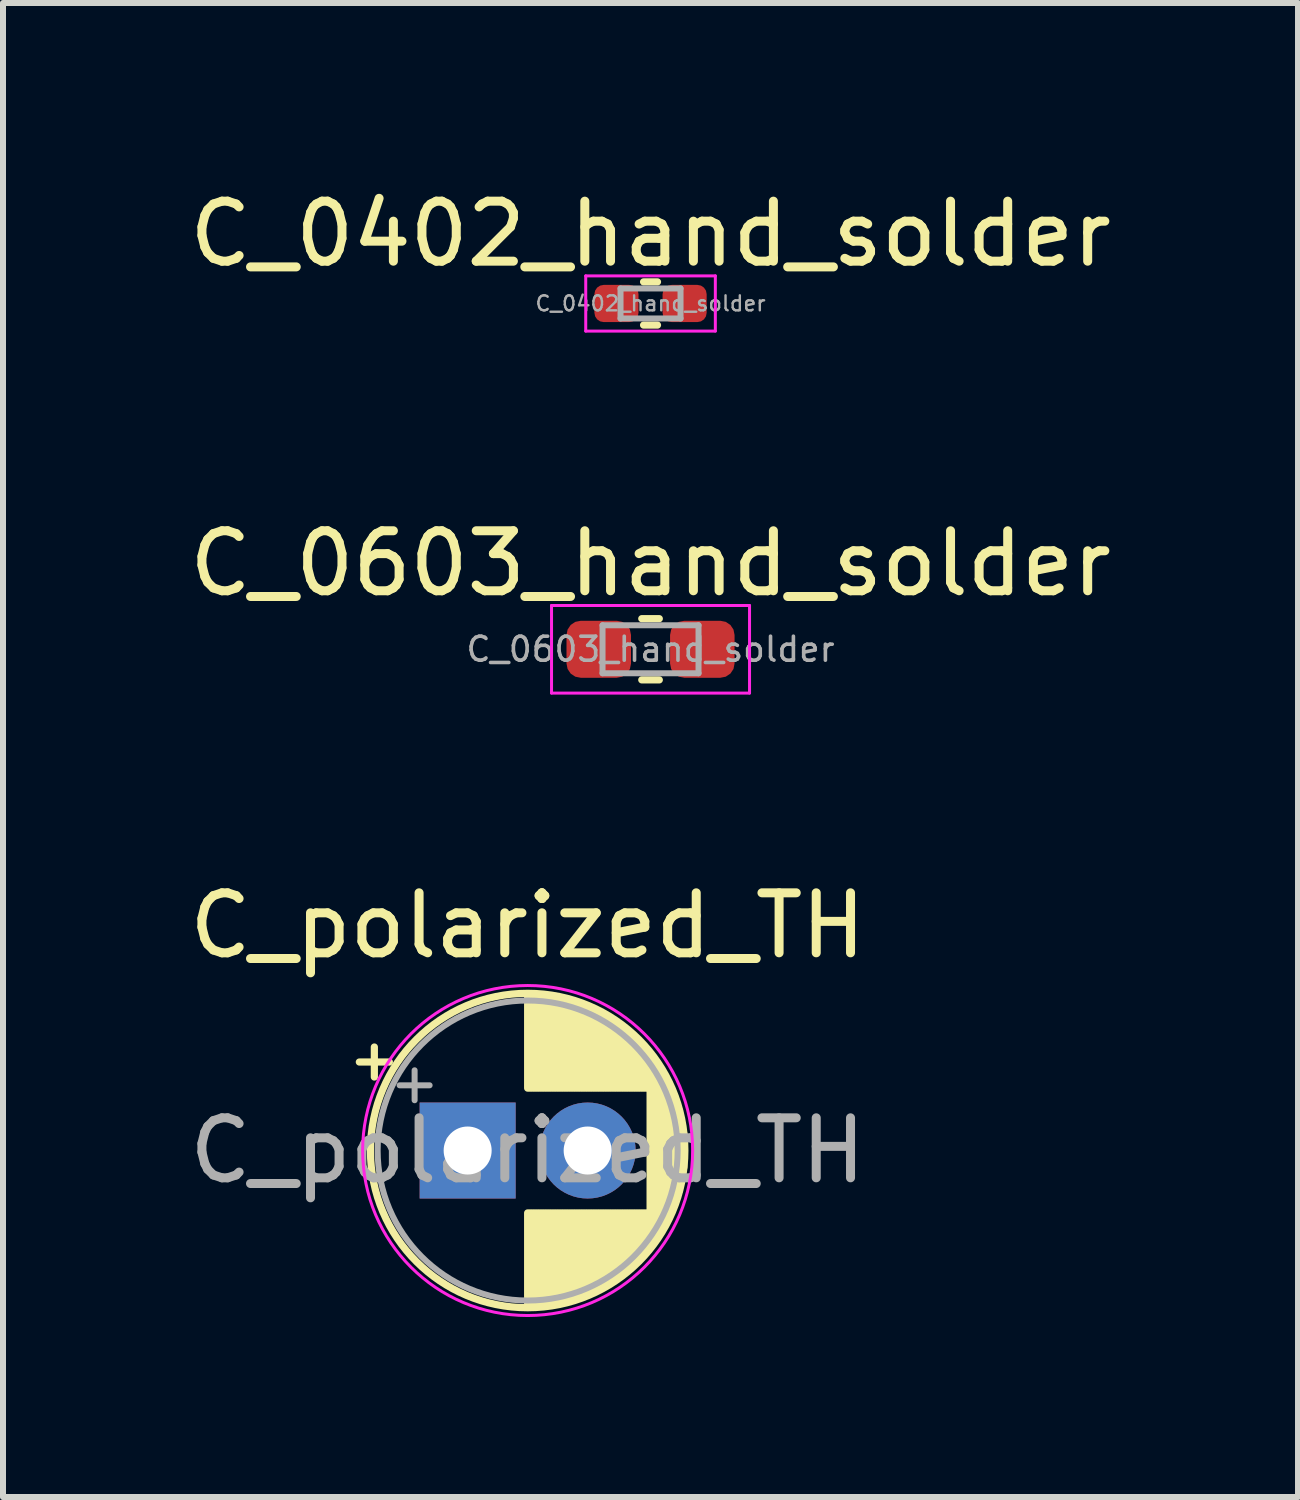
<source format=kicad_pcb>
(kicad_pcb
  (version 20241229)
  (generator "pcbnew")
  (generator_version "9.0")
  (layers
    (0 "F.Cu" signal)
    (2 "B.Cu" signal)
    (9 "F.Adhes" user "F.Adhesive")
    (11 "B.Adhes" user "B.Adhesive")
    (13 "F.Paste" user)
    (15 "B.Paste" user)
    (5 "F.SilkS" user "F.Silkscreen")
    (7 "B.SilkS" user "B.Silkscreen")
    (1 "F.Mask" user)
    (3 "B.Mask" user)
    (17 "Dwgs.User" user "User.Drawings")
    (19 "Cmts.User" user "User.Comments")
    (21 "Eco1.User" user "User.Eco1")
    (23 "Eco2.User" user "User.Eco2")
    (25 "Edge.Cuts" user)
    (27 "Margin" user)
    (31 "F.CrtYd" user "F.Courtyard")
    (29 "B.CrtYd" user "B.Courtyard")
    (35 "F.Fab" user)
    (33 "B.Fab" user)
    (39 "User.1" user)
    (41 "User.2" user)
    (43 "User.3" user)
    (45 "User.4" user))
  (footprint "C_0402_hand_solder"
    (layer "F.Cu")
    (at 7.792 2.008)
    (property "Reference" "C_0402_hand_solder" (at 0 -1.16 0) (layer "F.SilkS") (effects (font (size 1 1) (thickness 0.15))))
    (attr smd)
    (fp_line (start -0.116 -0.36) (end 0.116 -0.36) (stroke (width 0.12) (type solid)) (layer "F.SilkS"))
    (fp_line (start -0.116 0.36) (end 0.116 0.36) (stroke (width 0.12) (type solid)) (layer "F.SilkS"))
    (fp_line (start -1.08 -0.46) (end 1.08 -0.46) (stroke (width 0.05) (type solid)) (layer "F.CrtYd"))
    (fp_line (start -1.08 0.46) (end -1.08 -0.46) (stroke (width 0.05) (type solid)) (layer "F.CrtYd"))
    (fp_line (start 1.08 -0.46) (end 1.08 0.46) (stroke (width 0.05) (type solid)) (layer "F.CrtYd"))
    (fp_line (start 1.08 0.46) (end -1.08 0.46) (stroke (width 0.05) (type solid)) (layer "F.CrtYd"))
    (fp_line (start -0.5 -0.25) (end 0.5 -0.25) (stroke (width 0.1) (type solid)) (layer "F.Fab"))
    (fp_line (start -0.5 0.25) (end -0.5 -0.25) (stroke (width 0.1) (type solid)) (layer "F.Fab"))
    (fp_line (start 0.5 -0.25) (end 0.5 0.25) (stroke (width 0.1) (type solid)) (layer "F.Fab"))
    (fp_line (start 0.5 0.25) (end -0.5 0.25) (stroke (width 0.1) (type solid)) (layer "F.Fab"))
    (fp_text user "${REFERENCE}" (at 0 0 0) (layer "F.Fab") (effects (font (size 0.25 0.25) (thickness 0.04))))
    (pad "1" smd roundrect (at -0.568 0) (size 0.735 0.62) (layers "F.Cu" "F.Mask" "F.Paste") (roundrect_rratio 0.25))
    (pad "2" smd roundrect (at 0.568 0) (size 0.735 0.62) (layers "F.Cu" "F.Mask" "F.Paste") (roundrect_rratio 0.25)))
  (footprint "C_0603_hand_solder"
    (layer "F.Cu")
    (at 7.792 7.771)
    (property "Reference" "C_0603_hand_solder" (at 0 -1.43 0) (layer "F.SilkS") (effects (font (size 1 1) (thickness 0.15))))
    (attr smd)
    (fp_line (start -0.146 -0.51) (end 0.146 -0.51) (stroke (width 0.12) (type solid)) (layer "F.SilkS"))
    (fp_line (start -0.146 0.51) (end 0.146 0.51) (stroke (width 0.12) (type solid)) (layer "F.SilkS"))
    (fp_line (start -1.65 -0.73) (end 1.65 -0.73) (stroke (width 0.05) (type solid)) (layer "F.CrtYd"))
    (fp_line (start -1.65 0.73) (end -1.65 -0.73) (stroke (width 0.05) (type solid)) (layer "F.CrtYd"))
    (fp_line (start 1.65 -0.73) (end 1.65 0.73) (stroke (width 0.05) (type solid)) (layer "F.CrtYd"))
    (fp_line (start 1.65 0.73) (end -1.65 0.73) (stroke (width 0.05) (type solid)) (layer "F.CrtYd"))
    (fp_line (start -0.8 -0.4) (end 0.8 -0.4) (stroke (width 0.1) (type solid)) (layer "F.Fab"))
    (fp_line (start -0.8 0.4) (end -0.8 -0.4) (stroke (width 0.1) (type solid)) (layer "F.Fab"))
    (fp_line (start 0.8 -0.4) (end 0.8 0.4) (stroke (width 0.1) (type solid)) (layer "F.Fab"))
    (fp_line (start 0.8 0.4) (end -0.8 0.4) (stroke (width 0.1) (type solid)) (layer "F.Fab"))
    (fp_text user "${REFERENCE}" (at 0 0 0) (layer "F.Fab") (effects (font (size 0.4 0.4) (thickness 0.06))))
    (pad "1" smd roundrect (at -0.863 0) (size 1.075 0.95) (layers "F.Cu" "F.Mask" "F.Paste") (roundrect_rratio 0.25))
    (pad "2" smd roundrect (at 0.863 0) (size 1.075 0.95) (layers "F.Cu" "F.Mask" "F.Paste") (roundrect_rratio 0.25)))
  (footprint "C_polarized_TH"
    (layer "F.Cu")
    (at 4.744 16.125)
    (property "Reference" "C_polarized_TH" (at 1 -3.75 0) (layer "F.SilkS") (effects (font (size 1 1) (thickness 0.15))))
    (attr through_hole)
    (fp_line (start -1.805 -1.475) (end -1.305 -1.475) (stroke (width 0.12) (type solid)) (layer "F.SilkS"))
    (fp_line (start -1.555 -1.725) (end -1.555 -1.225) (stroke (width 0.12) (type solid)) (layer "F.SilkS"))
    (fp_line (start 1 -2.58) (end 1 -1.04) (stroke (width 0.12) (type solid)) (layer "F.SilkS"))
    (fp_line (start 1 1.04) (end 1 2.58) (stroke (width 0.12) (type solid)) (layer "F.SilkS"))
    (fp_line (start 1.04 -2.58) (end 1.04 -1.04) (stroke (width 0.12) (type solid)) (layer "F.SilkS"))
    (fp_line (start 1.04 1.04) (end 1.04 2.58) (stroke (width 0.12) (type solid)) (layer "F.SilkS"))
    (fp_line (start 1.08 -2.579) (end 1.08 -1.04) (stroke (width 0.12) (type solid)) (layer "F.SilkS"))
    (fp_line (start 1.08 1.04) (end 1.08 2.579) (stroke (width 0.12) (type solid)) (layer "F.SilkS"))
    (fp_line (start 1.12 -2.578) (end 1.12 -1.04) (stroke (width 0.12) (type solid)) (layer "F.SilkS"))
    (fp_line (start 1.12 1.04) (end 1.12 2.578) (stroke (width 0.12) (type solid)) (layer "F.SilkS"))
    (fp_line (start 1.16 -2.576) (end 1.16 -1.04) (stroke (width 0.12) (type solid)) (layer "F.SilkS"))
    (fp_line (start 1.16 1.04) (end 1.16 2.576) (stroke (width 0.12) (type solid)) (layer "F.SilkS"))
    (fp_line (start 1.2 -2.573) (end 1.2 -1.04) (stroke (width 0.12) (type solid)) (layer "F.SilkS"))
    (fp_line (start 1.2 1.04) (end 1.2 2.573) (stroke (width 0.12) (type solid)) (layer "F.SilkS"))
    (fp_line (start 1.24 -2.569) (end 1.24 -1.04) (stroke (width 0.12) (type solid)) (layer "F.SilkS"))
    (fp_line (start 1.24 1.04) (end 1.24 2.569) (stroke (width 0.12) (type solid)) (layer "F.SilkS"))
    (fp_line (start 1.28 -2.565) (end 1.28 -1.04) (stroke (width 0.12) (type solid)) (layer "F.SilkS"))
    (fp_line (start 1.28 1.04) (end 1.28 2.565) (stroke (width 0.12) (type solid)) (layer "F.SilkS"))
    (fp_line (start 1.32 -2.561) (end 1.32 -1.04) (stroke (width 0.12) (type solid)) (layer "F.SilkS"))
    (fp_line (start 1.32 1.04) (end 1.32 2.561) (stroke (width 0.12) (type solid)) (layer "F.SilkS"))
    (fp_line (start 1.36 -2.556) (end 1.36 -1.04) (stroke (width 0.12) (type solid)) (layer "F.SilkS"))
    (fp_line (start 1.36 1.04) (end 1.36 2.556) (stroke (width 0.12) (type solid)) (layer "F.SilkS"))
    (fp_line (start 1.4 -2.55) (end 1.4 -1.04) (stroke (width 0.12) (type solid)) (layer "F.SilkS"))
    (fp_line (start 1.4 1.04) (end 1.4 2.55) (stroke (width 0.12) (type solid)) (layer "F.SilkS"))
    (fp_line (start 1.44 -2.543) (end 1.44 -1.04) (stroke (width 0.12) (type solid)) (layer "F.SilkS"))
    (fp_line (start 1.44 1.04) (end 1.44 2.543) (stroke (width 0.12) (type solid)) (layer "F.SilkS"))
    (fp_line (start 1.48 -2.536) (end 1.48 -1.04) (stroke (width 0.12) (type solid)) (layer "F.SilkS"))
    (fp_line (start 1.48 1.04) (end 1.48 2.536) (stroke (width 0.12) (type solid)) (layer "F.SilkS"))
    (fp_line (start 1.52 -2.528) (end 1.52 -1.04) (stroke (width 0.12) (type solid)) (layer "F.SilkS"))
    (fp_line (start 1.52 1.04) (end 1.52 2.528) (stroke (width 0.12) (type solid)) (layer "F.SilkS"))
    (fp_line (start 1.56 -2.52) (end 1.56 -1.04) (stroke (width 0.12) (type solid)) (layer "F.SilkS"))
    (fp_line (start 1.56 1.04) (end 1.56 2.52) (stroke (width 0.12) (type solid)) (layer "F.SilkS"))
    (fp_line (start 1.6 -2.511) (end 1.6 -1.04) (stroke (width 0.12) (type solid)) (layer "F.SilkS"))
    (fp_line (start 1.6 1.04) (end 1.6 2.511) (stroke (width 0.12) (type solid)) (layer "F.SilkS"))
    (fp_line (start 1.64 -2.501) (end 1.64 -1.04) (stroke (width 0.12) (type solid)) (layer "F.SilkS"))
    (fp_line (start 1.64 1.04) (end 1.64 2.501) (stroke (width 0.12) (type solid)) (layer "F.SilkS"))
    (fp_line (start 1.68 -2.491) (end 1.68 -1.04) (stroke (width 0.12) (type solid)) (layer "F.SilkS"))
    (fp_line (start 1.68 1.04) (end 1.68 2.491) (stroke (width 0.12) (type solid)) (layer "F.SilkS"))
    (fp_line (start 1.721 -2.48) (end 1.721 -1.04) (stroke (width 0.12) (type solid)) (layer "F.SilkS"))
    (fp_line (start 1.721 1.04) (end 1.721 2.48) (stroke (width 0.12) (type solid)) (layer "F.SilkS"))
    (fp_line (start 1.761 -2.468) (end 1.761 -1.04) (stroke (width 0.12) (type solid)) (layer "F.SilkS"))
    (fp_line (start 1.761 1.04) (end 1.761 2.468) (stroke (width 0.12) (type solid)) (layer "F.SilkS"))
    (fp_line (start 1.801 -2.455) (end 1.801 -1.04) (stroke (width 0.12) (type solid)) (layer "F.SilkS"))
    (fp_line (start 1.801 1.04) (end 1.801 2.455) (stroke (width 0.12) (type solid)) (layer "F.SilkS"))
    (fp_line (start 1.841 -2.442) (end 1.841 -1.04) (stroke (width 0.12) (type solid)) (layer "F.SilkS"))
    (fp_line (start 1.841 1.04) (end 1.841 2.442) (stroke (width 0.12) (type solid)) (layer "F.SilkS"))
    (fp_line (start 1.881 -2.428) (end 1.881 -1.04) (stroke (width 0.12) (type solid)) (layer "F.SilkS"))
    (fp_line (start 1.881 1.04) (end 1.881 2.428) (stroke (width 0.12) (type solid)) (layer "F.SilkS"))
    (fp_line (start 1.921 -2.414) (end 1.921 -1.04) (stroke (width 0.12) (type solid)) (layer "F.SilkS"))
    (fp_line (start 1.921 1.04) (end 1.921 2.414) (stroke (width 0.12) (type solid)) (layer "F.SilkS"))
    (fp_line (start 1.961 -2.398) (end 1.961 -1.04) (stroke (width 0.12) (type solid)) (layer "F.SilkS"))
    (fp_line (start 1.961 1.04) (end 1.961 2.398) (stroke (width 0.12) (type solid)) (layer "F.SilkS"))
    (fp_line (start 2.001 -2.382) (end 2.001 -1.04) (stroke (width 0.12) (type solid)) (layer "F.SilkS"))
    (fp_line (start 2.001 1.04) (end 2.001 2.382) (stroke (width 0.12) (type solid)) (layer "F.SilkS"))
    (fp_line (start 2.041 -2.365) (end 2.041 -1.04) (stroke (width 0.12) (type solid)) (layer "F.SilkS"))
    (fp_line (start 2.041 1.04) (end 2.041 2.365) (stroke (width 0.12) (type solid)) (layer "F.SilkS"))
    (fp_line (start 2.081 -2.348) (end 2.081 -1.04) (stroke (width 0.12) (type solid)) (layer "F.SilkS"))
    (fp_line (start 2.081 1.04) (end 2.081 2.348) (stroke (width 0.12) (type solid)) (layer "F.SilkS"))
    (fp_line (start 2.121 -2.329) (end 2.121 -1.04) (stroke (width 0.12) (type solid)) (layer "F.SilkS"))
    (fp_line (start 2.121 1.04) (end 2.121 2.329) (stroke (width 0.12) (type solid)) (layer "F.SilkS"))
    (fp_line (start 2.161 -2.31) (end 2.161 -1.04) (stroke (width 0.12) (type solid)) (layer "F.SilkS"))
    (fp_line (start 2.161 1.04) (end 2.161 2.31) (stroke (width 0.12) (type solid)) (layer "F.SilkS"))
    (fp_line (start 2.201 -2.29) (end 2.201 -1.04) (stroke (width 0.12) (type solid)) (layer "F.SilkS"))
    (fp_line (start 2.201 1.04) (end 2.201 2.29) (stroke (width 0.12) (type solid)) (layer "F.SilkS"))
    (fp_line (start 2.241 -2.268) (end 2.241 -1.04) (stroke (width 0.12) (type solid)) (layer "F.SilkS"))
    (fp_line (start 2.241 1.04) (end 2.241 2.268) (stroke (width 0.12) (type solid)) (layer "F.SilkS"))
    (fp_line (start 2.281 -2.247) (end 2.281 -1.04) (stroke (width 0.12) (type solid)) (layer "F.SilkS"))
    (fp_line (start 2.281 1.04) (end 2.281 2.247) (stroke (width 0.12) (type solid)) (layer "F.SilkS"))
    (fp_line (start 2.321 -2.224) (end 2.321 -1.04) (stroke (width 0.12) (type solid)) (layer "F.SilkS"))
    (fp_line (start 2.321 1.04) (end 2.321 2.224) (stroke (width 0.12) (type solid)) (layer "F.SilkS"))
    (fp_line (start 2.361 -2.2) (end 2.361 -1.04) (stroke (width 0.12) (type solid)) (layer "F.SilkS"))
    (fp_line (start 2.361 1.04) (end 2.361 2.2) (stroke (width 0.12) (type solid)) (layer "F.SilkS"))
    (fp_line (start 2.401 -2.175) (end 2.401 -1.04) (stroke (width 0.12) (type solid)) (layer "F.SilkS"))
    (fp_line (start 2.401 1.04) (end 2.401 2.175) (stroke (width 0.12) (type solid)) (layer "F.SilkS"))
    (fp_line (start 2.441 -2.149) (end 2.441 -1.04) (stroke (width 0.12) (type solid)) (layer "F.SilkS"))
    (fp_line (start 2.441 1.04) (end 2.441 2.149) (stroke (width 0.12) (type solid)) (layer "F.SilkS"))
    (fp_line (start 2.481 -2.122) (end 2.481 -1.04) (stroke (width 0.12) (type solid)) (layer "F.SilkS"))
    (fp_line (start 2.481 1.04) (end 2.481 2.122) (stroke (width 0.12) (type solid)) (layer "F.SilkS"))
    (fp_line (start 2.521 -2.095) (end 2.521 -1.04) (stroke (width 0.12) (type solid)) (layer "F.SilkS"))
    (fp_line (start 2.521 1.04) (end 2.521 2.095) (stroke (width 0.12) (type solid)) (layer "F.SilkS"))
    (fp_line (start 2.561 -2.065) (end 2.561 -1.04) (stroke (width 0.12) (type solid)) (layer "F.SilkS"))
    (fp_line (start 2.561 1.04) (end 2.561 2.065) (stroke (width 0.12) (type solid)) (layer "F.SilkS"))
    (fp_line (start 2.601 -2.035) (end 2.601 -1.04) (stroke (width 0.12) (type solid)) (layer "F.SilkS"))
    (fp_line (start 2.601 1.04) (end 2.601 2.035) (stroke (width 0.12) (type solid)) (layer "F.SilkS"))
    (fp_line (start 2.641 -2.004) (end 2.641 -1.04) (stroke (width 0.12) (type solid)) (layer "F.SilkS"))
    (fp_line (start 2.641 1.04) (end 2.641 2.004) (stroke (width 0.12) (type solid)) (layer "F.SilkS"))
    (fp_line (start 2.681 -1.971) (end 2.681 -1.04) (stroke (width 0.12) (type solid)) (layer "F.SilkS"))
    (fp_line (start 2.681 1.04) (end 2.681 1.971) (stroke (width 0.12) (type solid)) (layer "F.SilkS"))
    (fp_line (start 2.721 -1.937) (end 2.721 -1.04) (stroke (width 0.12) (type solid)) (layer "F.SilkS"))
    (fp_line (start 2.721 1.04) (end 2.721 1.937) (stroke (width 0.12) (type solid)) (layer "F.SilkS"))
    (fp_line (start 2.761 -1.901) (end 2.761 -1.04) (stroke (width 0.12) (type solid)) (layer "F.SilkS"))
    (fp_line (start 2.761 1.04) (end 2.761 1.901) (stroke (width 0.12) (type solid)) (layer "F.SilkS"))
    (fp_line (start 2.801 -1.864) (end 2.801 -1.04) (stroke (width 0.12) (type solid)) (layer "F.SilkS"))
    (fp_line (start 2.801 1.04) (end 2.801 1.864) (stroke (width 0.12) (type solid)) (layer "F.SilkS"))
    (fp_line (start 2.841 -1.826) (end 2.841 -1.04) (stroke (width 0.12) (type solid)) (layer "F.SilkS"))
    (fp_line (start 2.841 1.04) (end 2.841 1.826) (stroke (width 0.12) (type solid)) (layer "F.SilkS"))
    (fp_line (start 2.881 -1.785) (end 2.881 -1.04) (stroke (width 0.12) (type solid)) (layer "F.SilkS"))
    (fp_line (start 2.881 1.04) (end 2.881 1.785) (stroke (width 0.12) (type solid)) (layer "F.SilkS"))
    (fp_line (start 2.921 -1.743) (end 2.921 -1.04) (stroke (width 0.12) (type solid)) (layer "F.SilkS"))
    (fp_line (start 2.921 1.04) (end 2.921 1.743) (stroke (width 0.12) (type solid)) (layer "F.SilkS"))
    (fp_line (start 2.961 -1.699) (end 2.961 -1.04) (stroke (width 0.12) (type solid)) (layer "F.SilkS"))
    (fp_line (start 2.961 1.04) (end 2.961 1.699) (stroke (width 0.12) (type solid)) (layer "F.SilkS"))
    (fp_line (start 3.001 -1.653) (end 3.001 -1.04) (stroke (width 0.12) (type solid)) (layer "F.SilkS"))
    (fp_line (start 3.001 1.04) (end 3.001 1.653) (stroke (width 0.12) (type solid)) (layer "F.SilkS"))
    (fp_line (start 3.041 -1.605) (end 3.041 1.605) (stroke (width 0.12) (type solid)) (layer "F.SilkS"))
    (fp_line (start 3.081 -1.554) (end 3.081 1.554) (stroke (width 0.12) (type solid)) (layer "F.SilkS"))
    (fp_line (start 3.121 -1.5) (end 3.121 1.5) (stroke (width 0.12) (type solid)) (layer "F.SilkS"))
    (fp_line (start 3.161 -1.443) (end 3.161 1.443) (stroke (width 0.12) (type solid)) (layer "F.SilkS"))
    (fp_line (start 3.201 -1.383) (end 3.201 1.383) (stroke (width 0.12) (type solid)) (layer "F.SilkS"))
    (fp_line (start 3.241 -1.319) (end 3.241 1.319) (stroke (width 0.12) (type solid)) (layer "F.SilkS"))
    (fp_line (start 3.281 -1.251) (end 3.281 1.251) (stroke (width 0.12) (type solid)) (layer "F.SilkS"))
    (fp_line (start 3.321 -1.178) (end 3.321 1.178) (stroke (width 0.12) (type solid)) (layer "F.SilkS"))
    (fp_line (start 3.361 -1.098) (end 3.361 1.098) (stroke (width 0.12) (type solid)) (layer "F.SilkS"))
    (fp_line (start 3.401 -1.011) (end 3.401 1.011) (stroke (width 0.12) (type solid)) (layer "F.SilkS"))
    (fp_line (start 3.441 -0.915) (end 3.441 0.915) (stroke (width 0.12) (type solid)) (layer "F.SilkS"))
    (fp_line (start 3.481 -0.805) (end 3.481 0.805) (stroke (width 0.12) (type solid)) (layer "F.SilkS"))
    (fp_line (start 3.521 -0.677) (end 3.521 0.677) (stroke (width 0.12) (type solid)) (layer "F.SilkS"))
    (fp_line (start 3.561 -0.518) (end 3.561 0.518) (stroke (width 0.12) (type solid)) (layer "F.SilkS"))
    (fp_line (start 3.601 -0.284) (end 3.601 0.284) (stroke (width 0.12) (type solid)) (layer "F.SilkS"))
    (fp_circle (center 1 0) (end 3.62 0) (stroke (width 0.12) (type solid)) (fill no) (layer "F.SilkS"))
    (fp_circle (center 1 0) (end 3.75 0) (stroke (width 0.05) (type solid)) (fill no) (layer "F.CrtYd"))
    (fp_line (start -1.134 -1.087) (end -0.634 -1.087) (stroke (width 0.1) (type solid)) (layer "F.Fab"))
    (fp_line (start -0.884 -1.337) (end -0.884 -0.838) (stroke (width 0.1) (type solid)) (layer "F.Fab"))
    (fp_circle (center 1 0) (end 3.5 0) (stroke (width 0.1) (type solid)) (fill no) (layer "F.Fab"))
    (fp_text user "${REFERENCE}" (at 1 0 0) (layer "F.Fab") (effects (font (size 1 1) (thickness 0.15))))
    (pad "1" thru_hole rect (at 0 0) (size 1.6 1.6) (drill 0.8) (layers "*.Cu" "*.Mask"))
    (pad "2" thru_hole circle (at 2 0) (size 1.6 1.6) (drill 0.8) (layers "*.Cu" "*.Mask")))
  (gr_rect
    (start -3 -3)
    (end 18.583 21.9)
    (stroke (width 0.1) (type default))
    (fill no)
    (layer "Edge.Cuts")))
</source>
